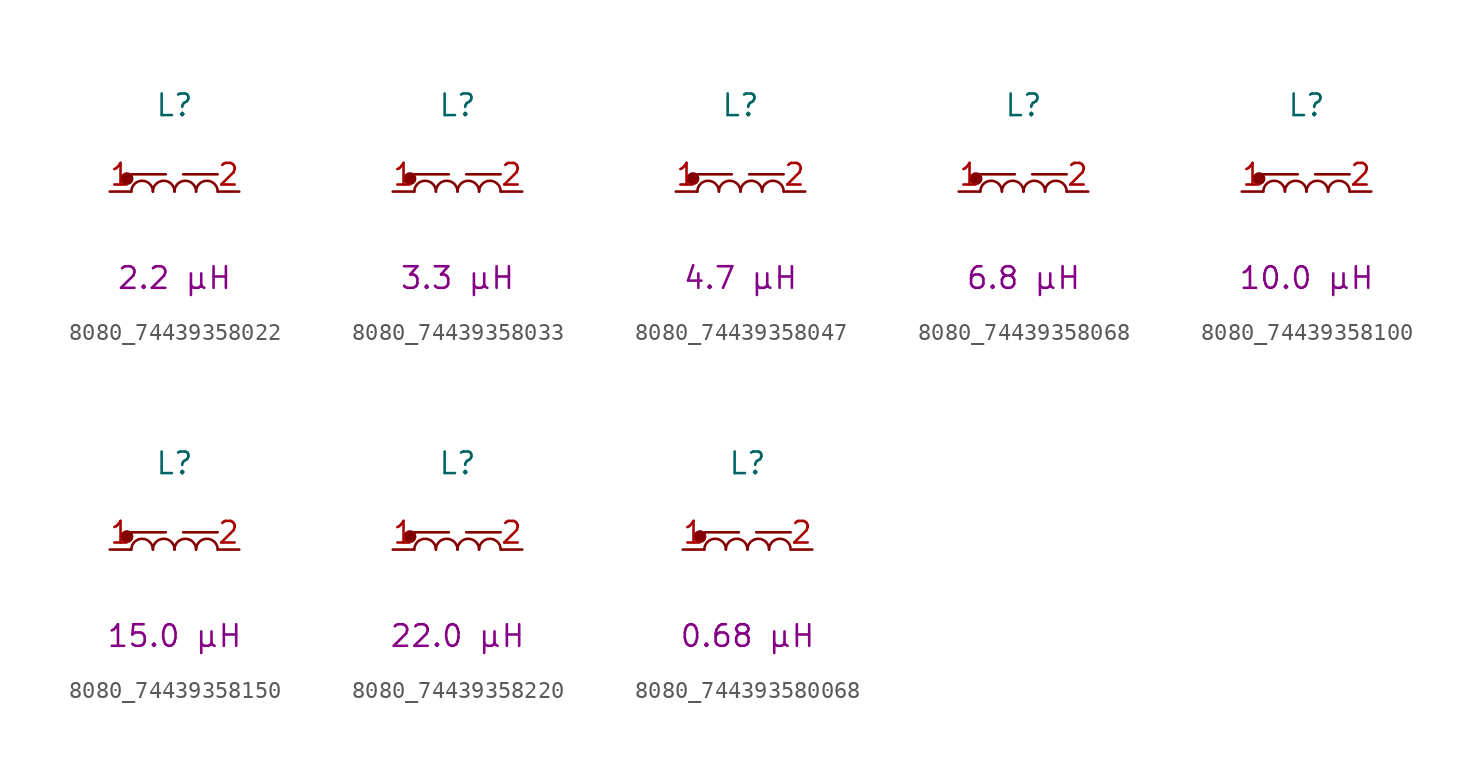
<source format=kicad_sym>
(kicad_symbol_lib
  (version 20220914)
  (generator kicad_symbol_editor)
  (symbol "8080_74439358022"
    (pin_names hide)
    (property "Reference" "L"
      (at 0 5.08 0)
      (effects (font (size 1.27 1.27))))
    (property "Critical Parameter" "2.2 µH"
      (at 0 -5.08 0)
      (effects (font (size 1.27 1.27))))
    (symbol "8080_74439358022_0_1"
      (arc (start -1.27 0) (mid -1.905 0.6323) (end -2.54 0) (stroke (width 0) (type default)) (fill (type none)))
      (arc (start 0 0) (mid -0.635 0.6323) (end -1.27 0) (stroke (width 0) (type default)) (fill (type none)))
      (polyline (pts (xy -2.54 1.016) (xy -0.508 1.016)) (stroke (width 0) (type default)) (fill (type none)))
      (arc (start 1.27 0) (mid 0.635 0.6323) (end 0 0) (stroke (width 0) (type default)) (fill (type none)))
      (arc (start 2.54 0) (mid 1.905 0.6323) (end 1.27 0) (stroke (width 0) (type default)) (fill (type none))))
    (symbol "8080_74439358022_1_1"
      (circle (center -2.794 0.762) (radius 0.0001) (stroke (width 0.381) (type default)) (fill (type none)))
      (polyline (pts (xy 2.54 1.016) (xy 0.508 1.016)) (stroke (width 0) (type default)) (fill (type none)))
      (pin passive line (at -3.81 0 0) (length 1.27) (name "1" (effects (font (size 1.27 1.27)))) (number "1" (effects (font (size 1.27 1.27)))))
      (pin passive line (at 3.81 0 180) (length 1.27) (name "2" (effects (font (size 1.27 1.27)))) (number "2" (effects (font (size 1.27 1.27)))))))
  (symbol "8080_74439358033"
    (pin_names hide)
    (property "Reference" "L"
      (at 0 5.08 0)
      (effects (font (size 1.27 1.27))))
    (property "Critical Parameter" "3.3 µH"
      (at 0 -5.08 0)
      (effects (font (size 1.27 1.27))))
    (symbol "8080_74439358033_0_1"
      (arc (start -1.27 0) (mid -1.905 0.6323) (end -2.54 0) (stroke (width 0) (type default)) (fill (type none)))
      (arc (start 0 0) (mid -0.635 0.6323) (end -1.27 0) (stroke (width 0) (type default)) (fill (type none)))
      (polyline (pts (xy -2.54 1.016) (xy -0.508 1.016)) (stroke (width 0) (type default)) (fill (type none)))
      (arc (start 1.27 0) (mid 0.635 0.6323) (end 0 0) (stroke (width 0) (type default)) (fill (type none)))
      (arc (start 2.54 0) (mid 1.905 0.6323) (end 1.27 0) (stroke (width 0) (type default)) (fill (type none))))
    (symbol "8080_74439358033_1_1"
      (circle (center -2.794 0.762) (radius 0.0001) (stroke (width 0.381) (type default)) (fill (type none)))
      (polyline (pts (xy 2.54 1.016) (xy 0.508 1.016)) (stroke (width 0) (type default)) (fill (type none)))
      (pin passive line (at -3.81 0 0) (length 1.27) (name "1" (effects (font (size 1.27 1.27)))) (number "1" (effects (font (size 1.27 1.27)))))
      (pin passive line (at 3.81 0 180) (length 1.27) (name "2" (effects (font (size 1.27 1.27)))) (number "2" (effects (font (size 1.27 1.27)))))))
  (symbol "8080_74439358047"
    (pin_names hide)
    (property "Reference" "L"
      (at 0 5.08 0)
      (effects (font (size 1.27 1.27))))
    (property "Critical Parameter" "4.7 µH"
      (at 0 -5.08 0)
      (effects (font (size 1.27 1.27))))
    (symbol "8080_74439358047_0_1"
      (arc (start -1.27 0) (mid -1.905 0.6323) (end -2.54 0) (stroke (width 0) (type default)) (fill (type none)))
      (arc (start 0 0) (mid -0.635 0.6323) (end -1.27 0) (stroke (width 0) (type default)) (fill (type none)))
      (polyline (pts (xy -2.54 1.016) (xy -0.508 1.016)) (stroke (width 0) (type default)) (fill (type none)))
      (arc (start 1.27 0) (mid 0.635 0.6323) (end 0 0) (stroke (width 0) (type default)) (fill (type none)))
      (arc (start 2.54 0) (mid 1.905 0.6323) (end 1.27 0) (stroke (width 0) (type default)) (fill (type none))))
    (symbol "8080_74439358047_1_1"
      (circle (center -2.794 0.762) (radius 0.0001) (stroke (width 0.381) (type default)) (fill (type none)))
      (polyline (pts (xy 2.54 1.016) (xy 0.508 1.016)) (stroke (width 0) (type default)) (fill (type none)))
      (pin passive line (at -3.81 0 0) (length 1.27) (name "1" (effects (font (size 1.27 1.27)))) (number "1" (effects (font (size 1.27 1.27)))))
      (pin passive line (at 3.81 0 180) (length 1.27) (name "2" (effects (font (size 1.27 1.27)))) (number "2" (effects (font (size 1.27 1.27)))))))
  (symbol "8080_74439358068"
    (pin_names hide)
    (property "Reference" "L"
      (at 0 5.08 0)
      (effects (font (size 1.27 1.27))))
    (property "Critical Parameter" "6.8 µH"
      (at 0 -5.08 0)
      (effects (font (size 1.27 1.27))))
    (symbol "8080_74439358068_0_1"
      (arc (start -1.27 0) (mid -1.905 0.6323) (end -2.54 0) (stroke (width 0) (type default)) (fill (type none)))
      (arc (start 0 0) (mid -0.635 0.6323) (end -1.27 0) (stroke (width 0) (type default)) (fill (type none)))
      (polyline (pts (xy -2.54 1.016) (xy -0.508 1.016)) (stroke (width 0) (type default)) (fill (type none)))
      (arc (start 1.27 0) (mid 0.635 0.6323) (end 0 0) (stroke (width 0) (type default)) (fill (type none)))
      (arc (start 2.54 0) (mid 1.905 0.6323) (end 1.27 0) (stroke (width 0) (type default)) (fill (type none))))
    (symbol "8080_74439358068_1_1"
      (circle (center -2.794 0.762) (radius 0.0001) (stroke (width 0.381) (type default)) (fill (type none)))
      (polyline (pts (xy 2.54 1.016) (xy 0.508 1.016)) (stroke (width 0) (type default)) (fill (type none)))
      (pin passive line (at -3.81 0 0) (length 1.27) (name "1" (effects (font (size 1.27 1.27)))) (number "1" (effects (font (size 1.27 1.27)))))
      (pin passive line (at 3.81 0 180) (length 1.27) (name "2" (effects (font (size 1.27 1.27)))) (number "2" (effects (font (size 1.27 1.27)))))))
  (symbol "8080_74439358100"
    (pin_names hide)
    (property "Reference" "L"
      (at 0 5.08 0)
      (effects (font (size 1.27 1.27))))
    (property "Critical Parameter" "10.0 µH"
      (at 0 -5.08 0)
      (effects (font (size 1.27 1.27))))
    (symbol "8080_74439358100_0_1"
      (arc (start -1.27 0) (mid -1.905 0.6323) (end -2.54 0) (stroke (width 0) (type default)) (fill (type none)))
      (arc (start 0 0) (mid -0.635 0.6323) (end -1.27 0) (stroke (width 0) (type default)) (fill (type none)))
      (polyline (pts (xy -2.54 1.016) (xy -0.508 1.016)) (stroke (width 0) (type default)) (fill (type none)))
      (arc (start 1.27 0) (mid 0.635 0.6323) (end 0 0) (stroke (width 0) (type default)) (fill (type none)))
      (arc (start 2.54 0) (mid 1.905 0.6323) (end 1.27 0) (stroke (width 0) (type default)) (fill (type none))))
    (symbol "8080_74439358100_1_1"
      (circle (center -2.794 0.762) (radius 0.0001) (stroke (width 0.381) (type default)) (fill (type none)))
      (polyline (pts (xy 2.54 1.016) (xy 0.508 1.016)) (stroke (width 0) (type default)) (fill (type none)))
      (pin passive line (at -3.81 0 0) (length 1.27) (name "1" (effects (font (size 1.27 1.27)))) (number "1" (effects (font (size 1.27 1.27)))))
      (pin passive line (at 3.81 0 180) (length 1.27) (name "2" (effects (font (size 1.27 1.27)))) (number "2" (effects (font (size 1.27 1.27)))))))
  (symbol "8080_74439358150"
    (pin_names hide)
    (property "Reference" "L"
      (at 0 5.08 0)
      (effects (font (size 1.27 1.27))))
    (property "Critical Parameter" "15.0 µH"
      (at 0 -5.08 0)
      (effects (font (size 1.27 1.27))))
    (symbol "8080_74439358150_0_1"
      (arc (start -1.27 0) (mid -1.905 0.6323) (end -2.54 0) (stroke (width 0) (type default)) (fill (type none)))
      (arc (start 0 0) (mid -0.635 0.6323) (end -1.27 0) (stroke (width 0) (type default)) (fill (type none)))
      (polyline (pts (xy -2.54 1.016) (xy -0.508 1.016)) (stroke (width 0) (type default)) (fill (type none)))
      (arc (start 1.27 0) (mid 0.635 0.6323) (end 0 0) (stroke (width 0) (type default)) (fill (type none)))
      (arc (start 2.54 0) (mid 1.905 0.6323) (end 1.27 0) (stroke (width 0) (type default)) (fill (type none))))
    (symbol "8080_74439358150_1_1"
      (circle (center -2.794 0.762) (radius 0.0001) (stroke (width 0.381) (type default)) (fill (type none)))
      (polyline (pts (xy 2.54 1.016) (xy 0.508 1.016)) (stroke (width 0) (type default)) (fill (type none)))
      (pin passive line (at -3.81 0 0) (length 1.27) (name "1" (effects (font (size 1.27 1.27)))) (number "1" (effects (font (size 1.27 1.27)))))
      (pin passive line (at 3.81 0 180) (length 1.27) (name "2" (effects (font (size 1.27 1.27)))) (number "2" (effects (font (size 1.27 1.27)))))))
  (symbol "8080_74439358220"
    (pin_names hide)
    (property "Reference" "L"
      (at 0 5.08 0)
      (effects (font (size 1.27 1.27))))
    (property "Critical Parameter" "22.0 µH"
      (at 0 -5.08 0)
      (effects (font (size 1.27 1.27))))
    (symbol "8080_74439358220_0_1"
      (arc (start -1.27 0) (mid -1.905 0.6323) (end -2.54 0) (stroke (width 0) (type default)) (fill (type none)))
      (arc (start 0 0) (mid -0.635 0.6323) (end -1.27 0) (stroke (width 0) (type default)) (fill (type none)))
      (polyline (pts (xy -2.54 1.016) (xy -0.508 1.016)) (stroke (width 0) (type default)) (fill (type none)))
      (arc (start 1.27 0) (mid 0.635 0.6323) (end 0 0) (stroke (width 0) (type default)) (fill (type none)))
      (arc (start 2.54 0) (mid 1.905 0.6323) (end 1.27 0) (stroke (width 0) (type default)) (fill (type none))))
    (symbol "8080_74439358220_1_1"
      (circle (center -2.794 0.762) (radius 0.0001) (stroke (width 0.381) (type default)) (fill (type none)))
      (polyline (pts (xy 2.54 1.016) (xy 0.508 1.016)) (stroke (width 0) (type default)) (fill (type none)))
      (pin passive line (at -3.81 0 0) (length 1.27) (name "1" (effects (font (size 1.27 1.27)))) (number "1" (effects (font (size 1.27 1.27)))))
      (pin passive line (at 3.81 0 180) (length 1.27) (name "2" (effects (font (size 1.27 1.27)))) (number "2" (effects (font (size 1.27 1.27)))))))
  (symbol "8080_744393580068"
    (pin_names hide)
    (property "Reference" "L"
      (at 0 5.08 0)
      (effects (font (size 1.27 1.27))))
    (property "Critical Parameter" "0.68 µH"
      (at 0 -5.08 0)
      (effects (font (size 1.27 1.27))))
    (symbol "8080_744393580068_0_1"
      (arc (start -1.27 0) (mid -1.905 0.6323) (end -2.54 0) (stroke (width 0) (type default)) (fill (type none)))
      (arc (start 0 0) (mid -0.635 0.6323) (end -1.27 0) (stroke (width 0) (type default)) (fill (type none)))
      (polyline (pts (xy -2.54 1.016) (xy -0.508 1.016)) (stroke (width 0) (type default)) (fill (type none)))
      (arc (start 1.27 0) (mid 0.635 0.6323) (end 0 0) (stroke (width 0) (type default)) (fill (type none)))
      (arc (start 2.54 0) (mid 1.905 0.6323) (end 1.27 0) (stroke (width 0) (type default)) (fill (type none))))
    (symbol "8080_744393580068_1_1"
      (circle (center -2.794 0.762) (radius 0.0001) (stroke (width 0.381) (type default)) (fill (type none)))
      (polyline (pts (xy 2.54 1.016) (xy 0.508 1.016)) (stroke (width 0) (type default)) (fill (type none)))
      (pin passive line (at -3.81 0 0) (length 1.27) (name "1" (effects (font (size 1.27 1.27)))) (number "1" (effects (font (size 1.27 1.27)))))
      (pin passive line (at 3.81 0 180) (length 1.27) (name "2" (effects (font (size 1.27 1.27)))) (number "2" (effects (font (size 1.27 1.27))))))))
</source>
